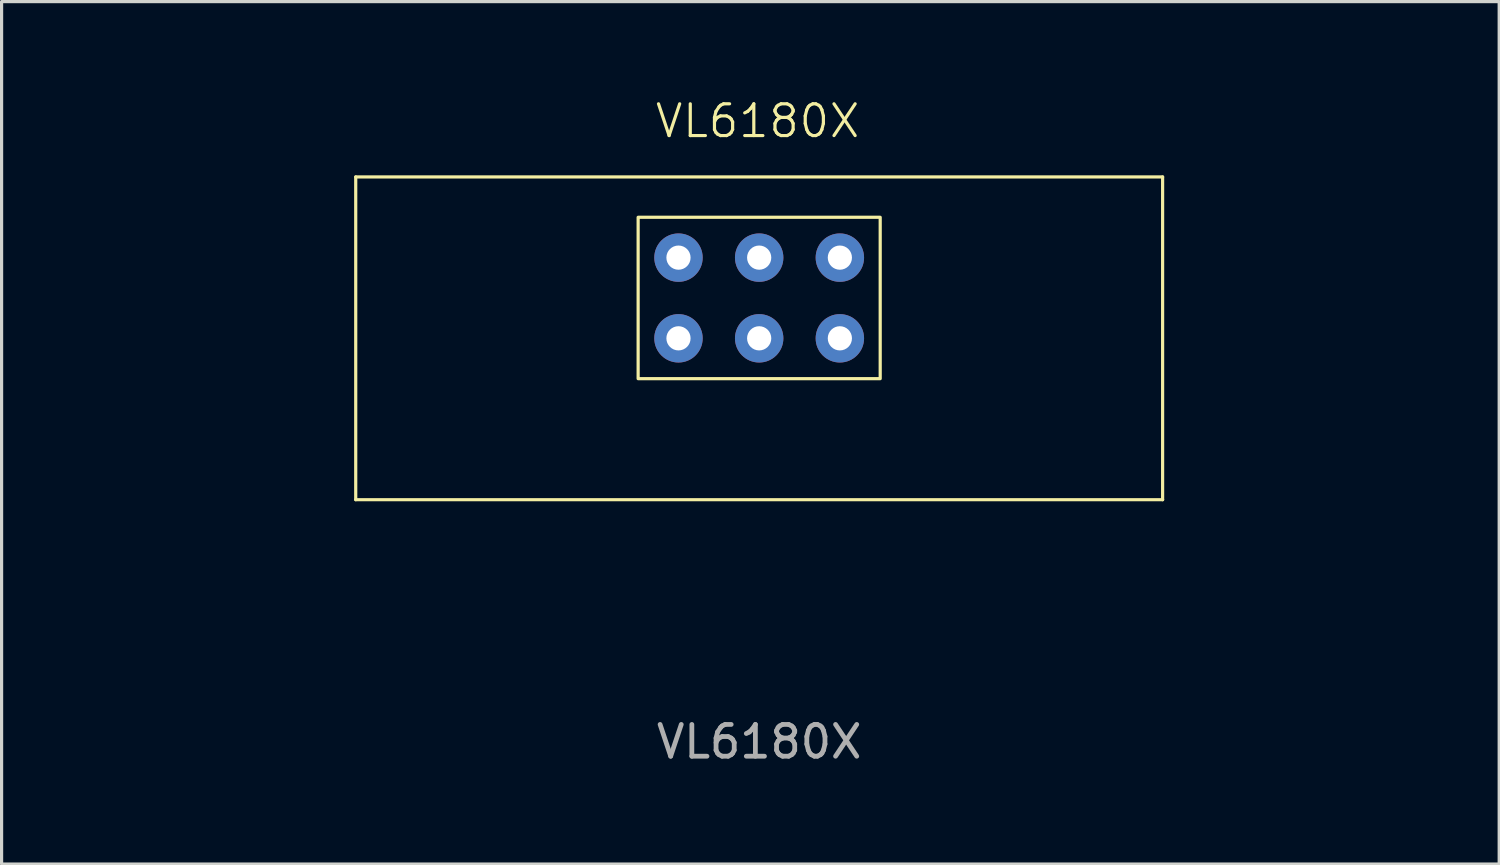
<source format=kicad_pcb>
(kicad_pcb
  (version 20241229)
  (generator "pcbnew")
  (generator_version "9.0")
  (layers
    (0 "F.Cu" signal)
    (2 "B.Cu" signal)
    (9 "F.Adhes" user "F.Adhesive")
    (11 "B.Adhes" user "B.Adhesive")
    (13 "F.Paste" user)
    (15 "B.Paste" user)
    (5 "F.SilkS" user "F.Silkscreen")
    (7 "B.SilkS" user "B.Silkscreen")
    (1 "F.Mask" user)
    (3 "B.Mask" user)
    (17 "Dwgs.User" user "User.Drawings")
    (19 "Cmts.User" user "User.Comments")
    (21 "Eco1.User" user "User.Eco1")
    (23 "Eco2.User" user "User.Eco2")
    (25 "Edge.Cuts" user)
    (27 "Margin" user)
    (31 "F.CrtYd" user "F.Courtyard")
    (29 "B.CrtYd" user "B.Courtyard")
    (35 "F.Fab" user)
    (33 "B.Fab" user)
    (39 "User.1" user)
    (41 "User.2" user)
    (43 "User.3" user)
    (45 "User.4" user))
  (footprint "VL6180X"
    (layer "F.Cu")
    (at 20.848 6.33)
    (property "Reference" "VL6180X" (at -0.05 -5.57 0) (unlocked yes) (layer "F.SilkS") (effects (font (size 1 1) (thickness 0.1))))
    (attr through_hole)
    (fp_line (start -12.7 -3.81) (end 12.7 -3.81) (stroke (width 0.1) (type default)) (layer "F.SilkS"))
    (fp_line (start -12.7 6.35) (end -12.7 -3.81) (stroke (width 0.1) (type default)) (layer "F.SilkS"))
    (fp_line (start -12.7 6.35) (end 12.7 6.35) (stroke (width 0.1) (type default)) (layer "F.SilkS"))
    (fp_line (start 12.7 6.35) (end 12.7 -3.81) (stroke (width 0.1) (type default)) (layer "F.SilkS"))
    (fp_rect (start -3.81 -2.54) (end 3.81 2.54) (stroke (width 0.1) (type default)) (fill no) (layer "F.SilkS"))
    (fp_text user "${REFERENCE}" (at 0 13.97 0) (unlocked yes) (layer "F.Fab") (effects (font (size 1 1) (thickness 0.15))))
    (dimension (type aligned) (layer "Eco1.User") (pts (xy 33.548 12.681) (xy 33.548 2.521)) (height 3.81) (format (prefix "") (suffix "") (units 3) (units_format 1) (precision 4)) (style (thickness 0.1) (arrow_length 1.27) (text_position_mode 0) (arrow_direction outward) (extension_height 0.586) (extension_offset 0.5) (keep_text_aligned yes)) (gr_text "10.1600 mm" (at 36.208 7.601 90) (layer "Eco1.User") (effects (font (size 1 1) (thickness 0.15)))))
    (dimension (type aligned) (layer "Eco1.User") (pts (xy 8.148 12.681) (xy 8.148 8.87)) (height -2.54) (format (prefix "") (suffix "") (units 3) (units_format 1) (precision 4)) (style (thickness 0.1) (arrow_length 1.27) (text_position_mode 0) (arrow_direction outward) (extension_height 0.586) (extension_offset 0.5) (keep_text_aligned yes)) (gr_text "3.8100 mm" (at 4.458 10.775 90) (layer "Eco1.User") (effects (font (size 1 1) (thickness 0.15)))))
    (dimension (type aligned) (layer "Eco1.User") (pts (xy 8.148 12.681) (xy 33.548 12.681)) (height 2.54) (format (prefix "") (suffix "") (units 3) (units_format 1) (precision 4)) (style (thickness 0.1) (arrow_length 1.27) (text_position_mode 0) (arrow_direction outward) (extension_height 0.586) (extension_offset 0.5) (keep_text_aligned yes)) (gr_text "25.4000 mm" (at 20.848 14.07 0) (layer "Eco1.User") (effects (font (size 1 1) (thickness 0.15)))))
    (pad "1" thru_hole circle (at -2.54 1.27 90) (size 1.524 1.524) (drill 0.762) (layers "*.Cu" "*.Mask"))
    (pad "2" thru_hole circle (at -2.54 -1.27 90) (size 1.524 1.524) (drill 0.762) (layers "*.Cu" "*.Mask"))
    (pad "3" thru_hole circle (at 0 1.27 90) (size 1.524 1.524) (drill 0.762) (layers "*.Cu" "*.Mask"))
    (pad "4" thru_hole circle (at 0 -1.27 90) (size 1.524 1.524) (drill 0.762) (layers "*.Cu" "*.Mask"))
    (pad "5" thru_hole circle (at 2.54 1.27 90) (size 1.524 1.524) (drill 0.762) (layers "*.Cu" "*.Mask"))
    (pad "6" thru_hole circle (at 2.54 -1.27 90) (size 1.524 1.524) (drill 0.762) (layers "*.Cu" "*.Mask"))
    (zone (net_name "") (layer "F.SilkS") (hatch edge 0.5) (connect_pads) (min_thickness 0.25) (filled_areas_thickness no) (keepout (tracks allowed) (vias allowed) (pads allowed) (copperpour allowed) (footprints not_allowed)) (placement (enabled no)) (fill) (polygon (pts (xy 17.038 3.791) (xy 24.658 3.791) (xy 24.658 8.87) (xy 17.038 8.87)))))
  (gr_rect
    (start -3 -3)
    (end 44.143 24.149)
    (stroke (width 0.1) (type default))
    (fill no)
    (layer "Edge.Cuts")))
</source>
